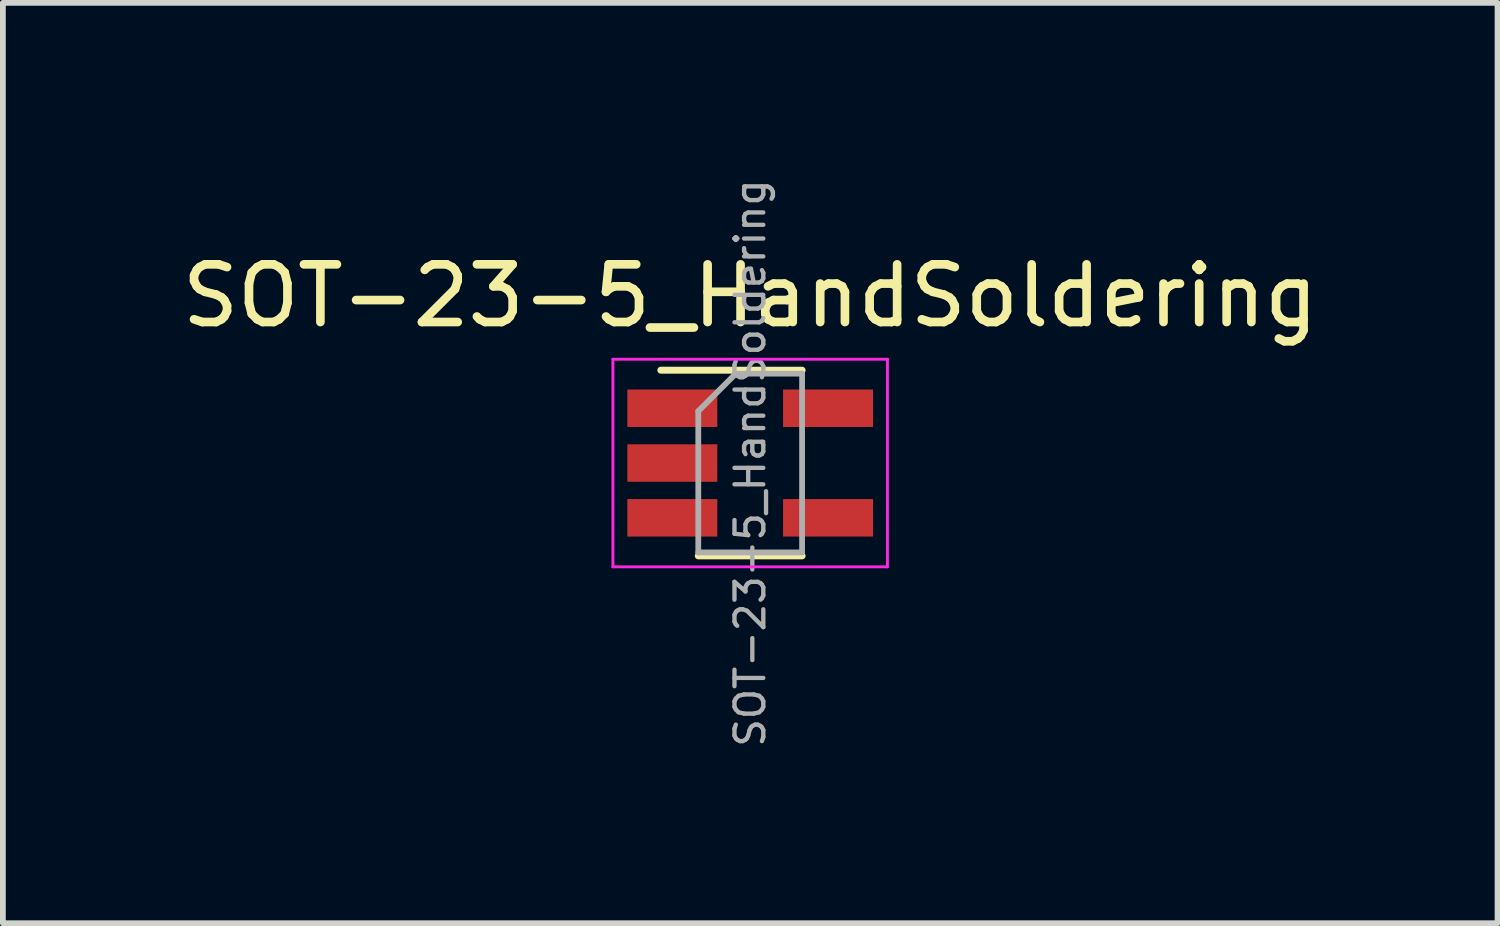
<source format=kicad_pcb>
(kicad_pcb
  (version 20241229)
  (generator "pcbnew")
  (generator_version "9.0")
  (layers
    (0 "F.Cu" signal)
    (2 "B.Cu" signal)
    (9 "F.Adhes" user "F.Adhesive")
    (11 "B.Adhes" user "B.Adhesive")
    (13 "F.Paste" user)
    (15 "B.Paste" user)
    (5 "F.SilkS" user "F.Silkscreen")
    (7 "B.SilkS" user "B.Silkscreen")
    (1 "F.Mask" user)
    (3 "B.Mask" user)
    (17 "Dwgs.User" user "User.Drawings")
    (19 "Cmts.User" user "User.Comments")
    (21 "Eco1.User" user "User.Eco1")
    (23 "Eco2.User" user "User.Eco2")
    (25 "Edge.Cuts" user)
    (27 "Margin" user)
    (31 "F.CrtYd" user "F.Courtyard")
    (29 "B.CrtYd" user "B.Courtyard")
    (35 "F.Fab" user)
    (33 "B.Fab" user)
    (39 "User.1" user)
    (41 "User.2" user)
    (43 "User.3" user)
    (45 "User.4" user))
  (footprint "SOT-23-5_HandSoldering"
    (layer "F.Cu")
    (at 9.958 4.979)
    (property "Reference" "SOT-23-5_HandSoldering" (at 0 -2.9 0) (layer "F.SilkS") (effects (font (size 1 1) (thickness 0.15))))
    (attr smd)
    (fp_line (start -0.9 1.61) (end 0.9 1.61) (stroke (width 0.12) (type solid)) (layer "F.SilkS"))
    (fp_line (start 0.9 -1.61) (end -1.55 -1.61) (stroke (width 0.12) (type solid)) (layer "F.SilkS"))
    (fp_line (start -2.38 -1.8) (end -2.38 1.8) (stroke (width 0.05) (type solid)) (layer "F.CrtYd"))
    (fp_line (start -2.38 -1.8) (end 2.38 -1.8) (stroke (width 0.05) (type solid)) (layer "F.CrtYd"))
    (fp_line (start 2.38 1.8) (end -2.38 1.8) (stroke (width 0.05) (type solid)) (layer "F.CrtYd"))
    (fp_line (start 2.38 1.8) (end 2.38 -1.8) (stroke (width 0.05) (type solid)) (layer "F.CrtYd"))
    (fp_line (start -0.9 -0.9) (end -0.9 1.55) (stroke (width 0.1) (type solid)) (layer "F.Fab"))
    (fp_line (start -0.9 -0.9) (end -0.25 -1.55) (stroke (width 0.1) (type solid)) (layer "F.Fab"))
    (fp_line (start 0.9 -1.55) (end -0.25 -1.55) (stroke (width 0.1) (type solid)) (layer "F.Fab"))
    (fp_line (start 0.9 -1.55) (end 0.9 1.55) (stroke (width 0.1) (type solid)) (layer "F.Fab"))
    (fp_line (start 0.9 1.55) (end -0.9 1.55) (stroke (width 0.1) (type solid)) (layer "F.Fab"))
    (fp_text user "${REFERENCE}" (at 0 0 90) (layer "F.Fab") (effects (font (size 0.5 0.5) (thickness 0.075))))
    (pad "1" smd rect (at -1.35 -0.95) (size 1.56 0.65) (layers "F.Cu" "F.Mask" "F.Paste"))
    (pad "2" smd rect (at -1.35 0) (size 1.56 0.65) (layers "F.Cu" "F.Mask" "F.Paste"))
    (pad "3" smd rect (at -1.35 0.95) (size 1.56 0.65) (layers "F.Cu" "F.Mask" "F.Paste"))
    (pad "4" smd rect (at 1.35 0.95) (size 1.56 0.65) (layers "F.Cu" "F.Mask" "F.Paste"))
    (pad "5" smd rect (at 1.35 -0.95) (size 1.56 0.65) (layers "F.Cu" "F.Mask" "F.Paste")))
  (gr_rect
    (start -3 -3)
    (end 22.917 12.958)
    (stroke (width 0.1) (type default))
    (fill no)
    (layer "Edge.Cuts")))
</source>
